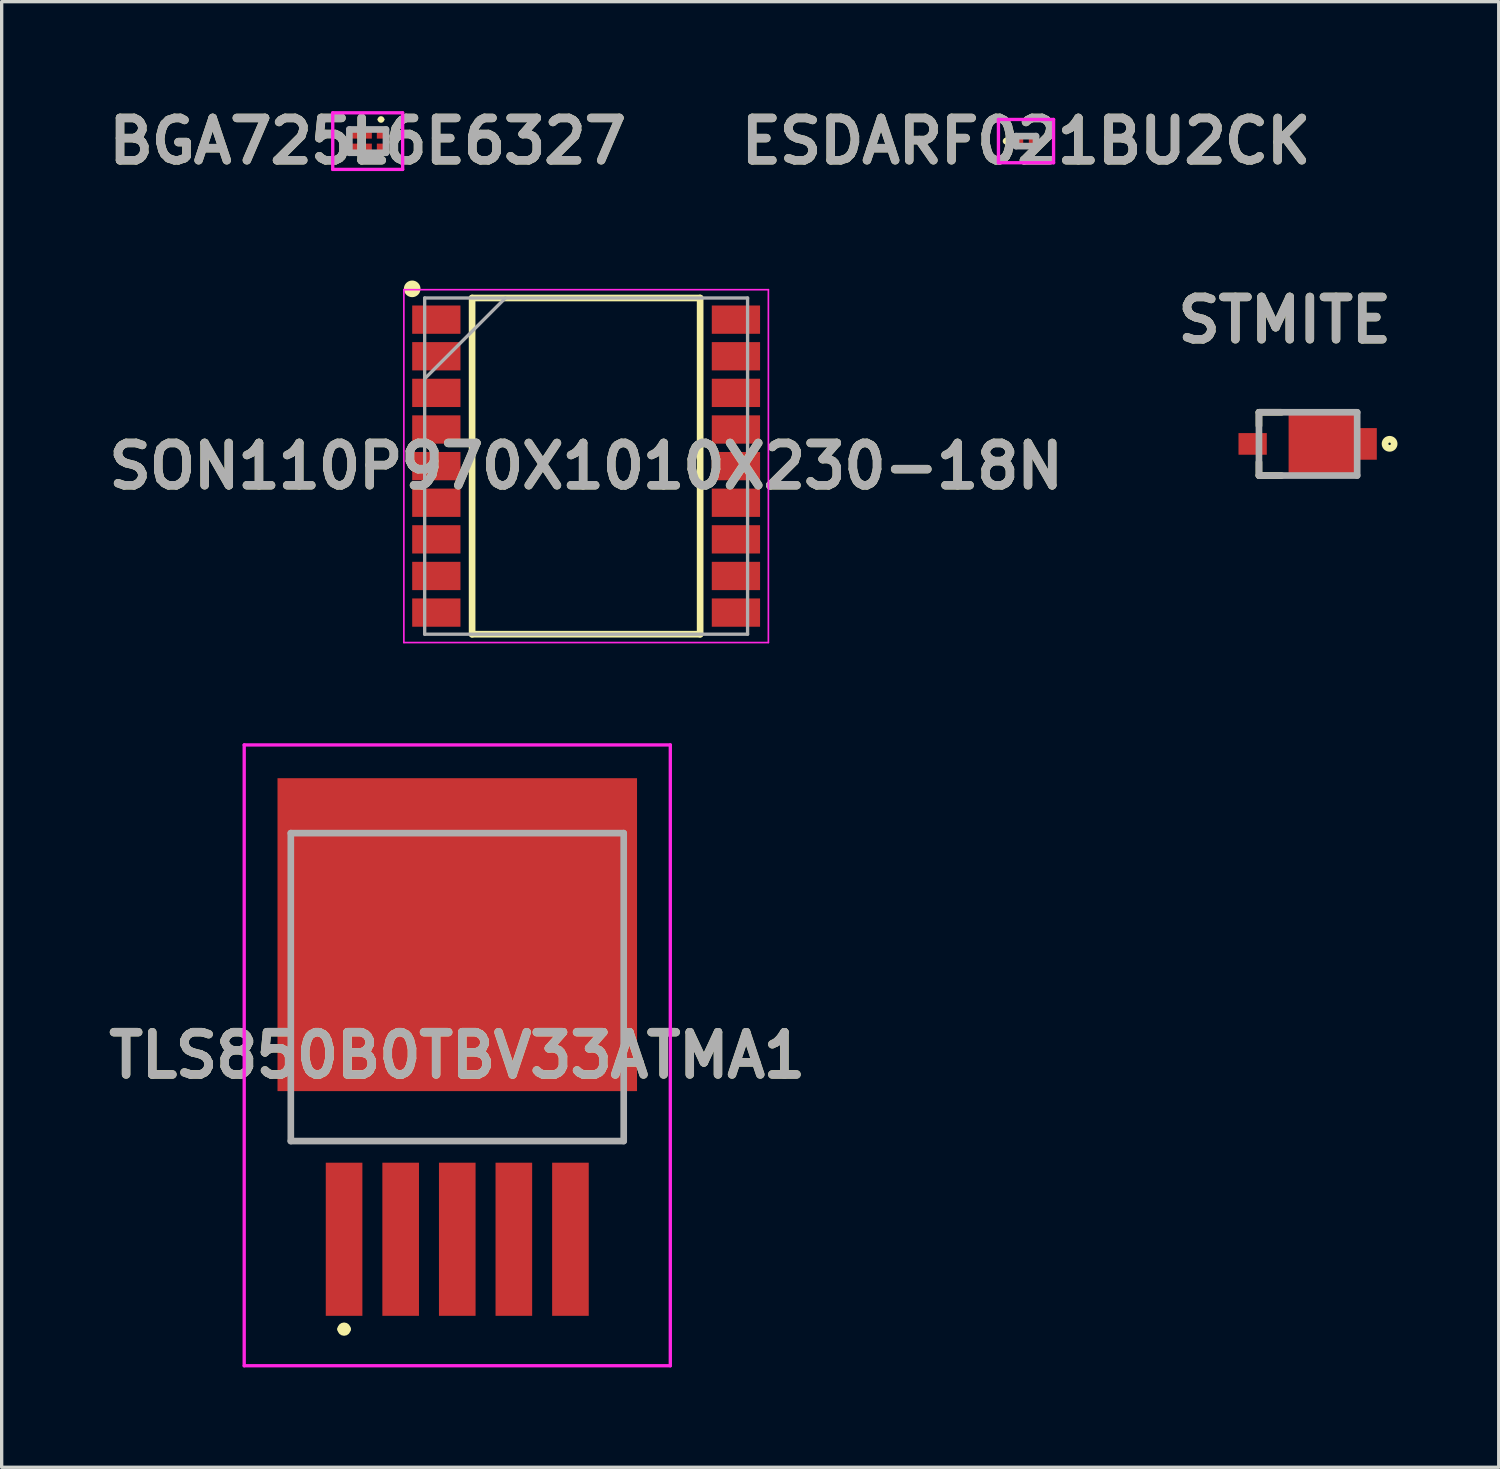
<source format=kicad_pcb>
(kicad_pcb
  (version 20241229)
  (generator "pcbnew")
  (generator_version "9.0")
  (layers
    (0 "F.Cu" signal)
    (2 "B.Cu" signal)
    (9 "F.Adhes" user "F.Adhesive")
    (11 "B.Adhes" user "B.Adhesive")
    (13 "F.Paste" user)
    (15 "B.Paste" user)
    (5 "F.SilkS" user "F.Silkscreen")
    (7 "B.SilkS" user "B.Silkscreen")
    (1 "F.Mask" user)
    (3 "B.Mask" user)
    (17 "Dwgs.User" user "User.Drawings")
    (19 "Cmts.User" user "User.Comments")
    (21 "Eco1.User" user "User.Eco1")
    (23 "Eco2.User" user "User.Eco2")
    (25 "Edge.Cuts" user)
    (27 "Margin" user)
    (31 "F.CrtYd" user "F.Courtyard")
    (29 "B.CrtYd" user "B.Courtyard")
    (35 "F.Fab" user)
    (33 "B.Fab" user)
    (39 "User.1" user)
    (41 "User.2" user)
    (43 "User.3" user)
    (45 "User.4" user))
  (footprint "SON110P970X1010X230-18N"
    (layer "F.Cu")
    (at 14.557 10.952)
    (property "Reference" "SON110P970X1010X230-18N" (at 0 0 0) (layer "F.SilkS") (effects (font (size 1.27 1.27) (thickness 0.254))))
    (attr smd)
    (fp_line (start -3.425 -5.05) (end 3.425 -5.05) (stroke (width 0.2) (type solid)) (layer "F.SilkS"))
    (fp_line (start -3.425 5.05) (end -3.425 -5.05) (stroke (width 0.2) (type solid)) (layer "F.SilkS"))
    (fp_line (start 3.425 -5.05) (end 3.425 5.05) (stroke (width 0.2) (type solid)) (layer "F.SilkS"))
    (fp_line (start 3.425 5.05) (end -3.425 5.05) (stroke (width 0.2) (type solid)) (layer "F.SilkS"))
    (fp_circle (center -5.225 -5.325) (end -5.225 -5.2) (stroke (width 0.25) (type solid)) (fill no) (layer "F.SilkS"))
    (fp_line (start -5.475 -5.3) (end 5.475 -5.3) (stroke (width 0.05) (type solid)) (layer "F.CrtYd"))
    (fp_line (start -5.475 5.3) (end -5.475 -5.3) (stroke (width 0.05) (type solid)) (layer "F.CrtYd"))
    (fp_line (start 5.475 -5.3) (end 5.475 5.3) (stroke (width 0.05) (type solid)) (layer "F.CrtYd"))
    (fp_line (start 5.475 5.3) (end -5.475 5.3) (stroke (width 0.05) (type solid)) (layer "F.CrtYd"))
    (fp_line (start -4.85 -5.05) (end 4.85 -5.05) (stroke (width 0.1) (type solid)) (layer "F.Fab"))
    (fp_line (start -4.85 -2.625) (end -2.425 -5.05) (stroke (width 0.1) (type solid)) (layer "F.Fab"))
    (fp_line (start -4.85 5.05) (end -4.85 -5.05) (stroke (width 0.1) (type solid)) (layer "F.Fab"))
    (fp_line (start 4.85 -5.05) (end 4.85 5.05) (stroke (width 0.1) (type solid)) (layer "F.Fab"))
    (fp_line (start 4.85 5.05) (end -4.85 5.05) (stroke (width 0.1) (type solid)) (layer "F.Fab"))
    (fp_text user "${REFERENCE}" (at 0 0 0) (layer "F.Fab") (effects (font (size 1.27 1.27) (thickness 0.254))))
    (pad "1" smd rect (at -4.5 -4.4 90) (size 0.85 1.45) (layers "F.Cu" "F.Mask" "F.Paste"))
    (pad "2" smd rect (at -4.5 -3.3 90) (size 0.85 1.45) (layers "F.Cu" "F.Mask" "F.Paste"))
    (pad "3" smd rect (at -4.5 -2.2 90) (size 0.85 1.45) (layers "F.Cu" "F.Mask" "F.Paste"))
    (pad "4" smd rect (at -4.5 -1.1 90) (size 0.85 1.45) (layers "F.Cu" "F.Mask" "F.Paste"))
    (pad "5" smd rect (at -4.5 0 90) (size 0.85 1.45) (layers "F.Cu" "F.Mask" "F.Paste"))
    (pad "6" smd rect (at -4.5 1.1 90) (size 0.85 1.45) (layers "F.Cu" "F.Mask" "F.Paste"))
    (pad "7" smd rect (at -4.5 2.2 90) (size 0.85 1.45) (layers "F.Cu" "F.Mask" "F.Paste"))
    (pad "8" smd rect (at -4.5 3.3 90) (size 0.85 1.45) (layers "F.Cu" "F.Mask" "F.Paste"))
    (pad "9" smd rect (at -4.5 4.4 90) (size 0.85 1.45) (layers "F.Cu" "F.Mask" "F.Paste"))
    (pad "10" smd rect (at 4.5 4.4 90) (size 0.85 1.45) (layers "F.Cu" "F.Mask" "F.Paste"))
    (pad "11" smd rect (at 4.5 3.3 90) (size 0.85 1.45) (layers "F.Cu" "F.Mask" "F.Paste"))
    (pad "12" smd rect (at 4.5 2.2 90) (size 0.85 1.45) (layers "F.Cu" "F.Mask" "F.Paste"))
    (pad "13" smd rect (at 4.5 1.1 90) (size 0.85 1.45) (layers "F.Cu" "F.Mask" "F.Paste"))
    (pad "14" smd rect (at 4.5 0 90) (size 0.85 1.45) (layers "F.Cu" "F.Mask" "F.Paste"))
    (pad "15" smd rect (at 4.5 -1.1 90) (size 0.85 1.45) (layers "F.Cu" "F.Mask" "F.Paste"))
    (pad "16" smd rect (at 4.5 -2.2 90) (size 0.85 1.45) (layers "F.Cu" "F.Mask" "F.Paste"))
    (pad "17" smd rect (at 4.5 -3.3 90) (size 0.85 1.45) (layers "F.Cu" "F.Mask" "F.Paste"))
    (pad "18" smd rect (at 4.5 -4.4 90) (size 0.85 1.45) (layers "F.Cu" "F.Mask" "F.Paste")))
  (footprint "TLS850B0TBV33ATMA1"
    (layer "F.Cu")
    (at 10.686 21.977)
    (property "Reference" "TLS850B0TBV33ATMA1" (at 0 6.675 0) (layer "F.SilkS") (effects (font (size 1.27 1.27) (thickness 0.254))))
    (attr smd)
    (fp_line (start -5 8) (end -5 9.25) (stroke (width 0.1) (type solid)) (layer "F.SilkS"))
    (fp_line (start -5 9.25) (end 5 9.25) (stroke (width 0.1) (type solid)) (layer "F.SilkS"))
    (fp_line (start -3.5 14.9) (end -3.5 14.9) (stroke (width 0.2) (type solid)) (layer "F.SilkS"))
    (fp_line (start -3.3 14.9) (end -3.3 14.9) (stroke (width 0.2) (type solid)) (layer "F.SilkS"))
    (fp_line (start 5 9.25) (end 5 8) (stroke (width 0.1) (type solid)) (layer "F.SilkS"))
    (fp_arc (start -3.5 14.9) (mid -3.4 14.8) (end -3.3 14.9) (stroke (width 0.2) (type solid)) (layer "F.SilkS"))
    (fp_arc (start -3.3 14.9) (mid -3.4 15) (end -3.5 14.9) (stroke (width 0.2) (type solid)) (layer "F.SilkS"))
    (fp_line (start -6.4 -2.65) (end 6.4 -2.65) (stroke (width 0.1) (type solid)) (layer "F.CrtYd"))
    (fp_line (start -6.4 16) (end -6.4 -2.65) (stroke (width 0.1) (type solid)) (layer "F.CrtYd"))
    (fp_line (start 6.4 -2.65) (end 6.4 16) (stroke (width 0.1) (type solid)) (layer "F.CrtYd"))
    (fp_line (start 6.4 16) (end -6.4 16) (stroke (width 0.1) (type solid)) (layer "F.CrtYd"))
    (fp_line (start -5 0) (end 5 0) (stroke (width 0.2) (type solid)) (layer "F.Fab"))
    (fp_line (start -5 9.25) (end -5 0) (stroke (width 0.2) (type solid)) (layer "F.Fab"))
    (fp_line (start 5 0) (end 5 9.25) (stroke (width 0.2) (type solid)) (layer "F.Fab"))
    (fp_line (start 5 9.25) (end -5 9.25) (stroke (width 0.2) (type solid)) (layer "F.Fab"))
    (fp_text user "${REFERENCE}" (at 0 6.675 0) (layer "F.Fab") (effects (font (size 1.27 1.27) (thickness 0.254))))
    (pad "1" smd rect (at -3.4 12.2) (size 1.1 4.6) (layers "F.Cu" "F.Mask" "F.Paste"))
    (pad "2" smd rect (at -1.7 12.2) (size 1.1 4.6) (layers "F.Cu" "F.Mask" "F.Paste"))
    (pad "3" smd rect (at 0 12.2) (size 1.1 4.6) (layers "F.Cu" "F.Mask" "F.Paste"))
    (pad "4" smd rect (at 1.7 12.2) (size 1.1 4.6) (layers "F.Cu" "F.Mask" "F.Paste"))
    (pad "5" smd rect (at 3.4 12.2) (size 1.1 4.6) (layers "F.Cu" "F.Mask" "F.Paste"))
    (pad "6" smd rect (at 0 3.05 90) (size 9.4 10.8) (layers "F.Cu" "F.Mask" "F.Paste")))
  (footprint "STMITE"
    (layer "F.Cu")
    (at 36.244 10.285)
    (property "Reference" "STMITE" (at -0.702 -3.719 0) (layer "F.SilkS") (effects (font (size 1.27 1.27) (thickness 0.254))))
    (attr smd)
    (fp_line (start -1.475 -0.95) (end -1.475 -0.548) (stroke (width 0.2) (type solid)) (layer "F.SilkS"))
    (fp_line (start -1.475 -0.95) (end -0.799 -0.95) (stroke (width 0.2) (type solid)) (layer "F.SilkS"))
    (fp_line (start -1.475 0.95) (end -1.475 0.548) (stroke (width 0.2) (type solid)) (layer "F.SilkS"))
    (fp_line (start -1.475 0.95) (end -0.799 0.95) (stroke (width 0.2) (type solid)) (layer "F.SilkS"))
    (fp_circle (center 2.449 -0.003) (end 2.449 0.034) (stroke (width 0.2) (type solid)) (fill no) (layer "F.SilkS"))
    (fp_line (start -1.475 -0.95) (end 1.475 -0.95) (stroke (width 0.2) (type solid)) (layer "F.Fab"))
    (fp_line (start -1.475 0.95) (end -1.475 -0.95) (stroke (width 0.2) (type solid)) (layer "F.Fab"))
    (fp_line (start 1.475 -0.95) (end 1.475 0.95) (stroke (width 0.2) (type solid)) (layer "F.Fab"))
    (fp_line (start 1.475 0.95) (end -1.475 0.95) (stroke (width 0.2) (type solid)) (layer "F.Fab"))
    (fp_text user "${REFERENCE}" (at -0.702 -3.719 0) (layer "F.Fab") (effects (font (size 1.27 1.27) (thickness 0.254))))
    (pad "1" smd rect (at 1.74 0) (size 0.65 0.95) (layers "F.Cu" "F.Mask" "F.Paste"))
    (pad "2" smd rect (at -1.665 0 90) (size 0.65 0.85) (layers "F.Cu" "F.Mask" "F.Paste"))
    (pad "3" smd rect (at 0.415 0 90) (size 1.95 2) (layers "F.Cu" "F.Mask" "F.Paste")))
  (footprint "ESDARF021BU2CK"
    (layer "F.Cu")
    (at 27.771 1.189)
    (property "Reference" "ESDARF021BU2CK" (at 0 0 0) (layer "F.SilkS") (effects (font (size 1.27 1.27) (thickness 0.254))))
    (attr smd)
    (fp_line (start -0.6 -0.05) (end -0.6 -0.05) (stroke (width 0.1) (type solid)) (layer "F.SilkS"))
    (fp_line (start -0.6 0.05) (end -0.6 0.05) (stroke (width 0.1) (type solid)) (layer "F.SilkS"))
    (fp_arc (start -0.6 -0.05) (mid -0.55 0) (end -0.6 0.05) (stroke (width 0.1) (type solid)) (layer "F.SilkS"))
    (fp_arc (start -0.6 0.05) (mid -0.65 0) (end -0.6 -0.05) (stroke (width 0.1) (type solid)) (layer "F.SilkS"))
    (fp_line (start -0.828 -0.65) (end 0.828 -0.65) (stroke (width 0.1) (type solid)) (layer "F.CrtYd"))
    (fp_line (start -0.828 0.65) (end -0.828 -0.65) (stroke (width 0.1) (type solid)) (layer "F.CrtYd"))
    (fp_line (start 0.828 -0.65) (end 0.828 0.65) (stroke (width 0.1) (type solid)) (layer "F.CrtYd"))
    (fp_line (start 0.828 0.65) (end -0.828 0.65) (stroke (width 0.1) (type solid)) (layer "F.CrtYd"))
    (fp_line (start -0.3 -0.15) (end 0.3 -0.15) (stroke (width 0.2) (type solid)) (layer "F.Fab"))
    (fp_line (start -0.3 0.15) (end -0.3 -0.15) (stroke (width 0.2) (type solid)) (layer "F.Fab"))
    (fp_line (start 0.3 -0.15) (end 0.3 0.15) (stroke (width 0.2) (type solid)) (layer "F.Fab"))
    (fp_line (start 0.3 0.15) (end -0.3 0.15) (stroke (width 0.2) (type solid)) (layer "F.Fab"))
    (fp_text user "${REFERENCE}" (at 0 0 0) (layer "F.Fab") (effects (font (size 1.27 1.27) (thickness 0.254))))
    (pad "1" smd rect (at -0.206 0) (size 0.244 0.3) (layers "F.Cu" "F.Mask" "F.Paste"))
    (pad "2" smd rect (at 0.206 0) (size 0.244 0.3) (layers "F.Cu" "F.Mask" "F.Paste")))
  (footprint "BGA725L6E6327"
    (layer "F.Cu")
    (at 7.995 1.189)
    (property "Reference" "BGA725L6E6327" (at 0 0 0) (layer "F.SilkS") (effects (font (size 1.27 1.27) (thickness 0.254))))
    (attr smd)
    (fp_line (start 0.35 -0.65) (end 0.35 -0.65) (stroke (width 0.1) (type solid)) (layer "F.SilkS"))
    (fp_line (start 0.45 -0.65) (end 0.45 -0.65) (stroke (width 0.1) (type solid)) (layer "F.SilkS"))
    (fp_arc (start 0.35 -0.65) (mid 0.4 -0.7) (end 0.45 -0.65) (stroke (width 0.1) (type solid)) (layer "F.SilkS"))
    (fp_arc (start 0.45 -0.65) (mid 0.4 -0.6) (end 0.35 -0.65) (stroke (width 0.1) (type solid)) (layer "F.SilkS"))
    (fp_line (start -1.05 -0.85) (end 1.05 -0.85) (stroke (width 0.1) (type solid)) (layer "F.CrtYd"))
    (fp_line (start -1.05 0.85) (end -1.05 -0.85) (stroke (width 0.1) (type solid)) (layer "F.CrtYd"))
    (fp_line (start 1.05 -0.85) (end 1.05 0.85) (stroke (width 0.1) (type solid)) (layer "F.CrtYd"))
    (fp_line (start 1.05 0.85) (end -1.05 0.85) (stroke (width 0.1) (type solid)) (layer "F.CrtYd"))
    (fp_line (start -0.55 -0.35) (end 0.55 -0.35) (stroke (width 0.2) (type solid)) (layer "F.Fab"))
    (fp_line (start -0.55 0.35) (end -0.55 -0.35) (stroke (width 0.2) (type solid)) (layer "F.Fab"))
    (fp_line (start 0.55 -0.35) (end 0.55 0.35) (stroke (width 0.2) (type solid)) (layer "F.Fab"))
    (fp_line (start 0.55 0.35) (end -0.55 0.35) (stroke (width 0.2) (type solid)) (layer "F.Fab"))
    (fp_text user "${REFERENCE}" (at 0 0 0) (layer "F.Fab") (effects (font (size 1.27 1.27) (thickness 0.254))))
    (pad "1" smd rect (at 0.4 -0.2 90) (size 0.25 0.25) (layers "F.Cu" "F.Mask" "F.Paste"))
    (pad "2" smd rect (at 0 -0.2 90) (size 0.25 0.25) (layers "F.Cu" "F.Mask" "F.Paste"))
    (pad "3" smd rect (at -0.4 -0.2 90) (size 0.25 0.25) (layers "F.Cu" "F.Mask" "F.Paste"))
    (pad "4" smd rect (at -0.4 0.2 90) (size 0.25 0.25) (layers "F.Cu" "F.Mask" "F.Paste"))
    (pad "5" smd rect (at 0 0.2 90) (size 0.25 0.25) (layers "F.Cu" "F.Mask" "F.Paste"))
    (pad "6" smd rect (at 0.4 0.2 90) (size 0.25 0.25) (layers "F.Cu" "F.Mask" "F.Paste")))
  (gr_rect
    (start -3 -3)
    (end 41.971 41.027)
    (stroke (width 0.1) (type default))
    (fill no)
    (layer "Edge.Cuts")))
</source>
